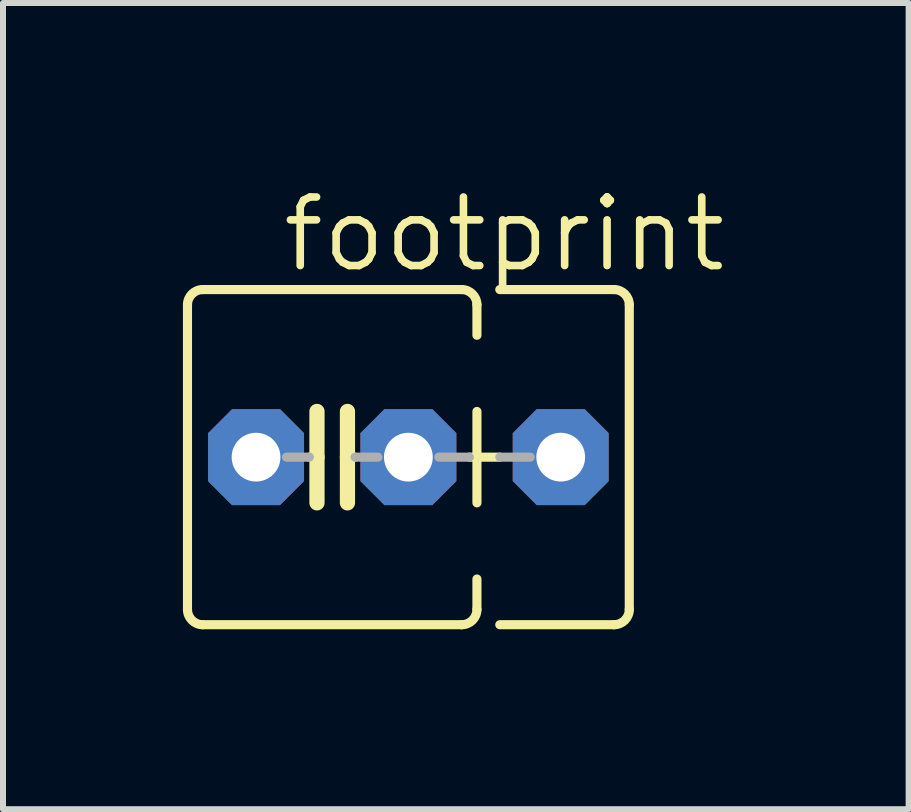
<source format=kicad_pcb>
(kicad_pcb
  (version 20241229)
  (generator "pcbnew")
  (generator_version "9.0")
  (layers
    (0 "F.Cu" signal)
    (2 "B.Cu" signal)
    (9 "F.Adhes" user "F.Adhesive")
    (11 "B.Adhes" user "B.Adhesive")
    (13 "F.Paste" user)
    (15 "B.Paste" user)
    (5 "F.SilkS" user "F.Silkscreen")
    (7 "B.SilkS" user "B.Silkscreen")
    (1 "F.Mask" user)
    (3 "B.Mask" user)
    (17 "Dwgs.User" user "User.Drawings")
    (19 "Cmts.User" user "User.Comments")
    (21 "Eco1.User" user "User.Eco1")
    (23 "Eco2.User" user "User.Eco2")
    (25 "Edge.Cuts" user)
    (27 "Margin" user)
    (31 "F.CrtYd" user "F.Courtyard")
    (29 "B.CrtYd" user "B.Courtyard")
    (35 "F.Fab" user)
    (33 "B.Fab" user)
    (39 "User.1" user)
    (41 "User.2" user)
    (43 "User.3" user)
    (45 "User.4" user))
  (footprint "footprint"
    (layer "F.Cu")
    (at 2.489 4.572)
    (property "Reference" "footprint" (at -0.889 -3.048 0) (layer "F.SilkS") (effects (font (size 1.143 1.143) (thickness 0.127)) (justify left bottom)))
    (fp_line (start -2.413 -2.54) (end -2.413 2.54) (stroke (width 0.152) (type solid)) (layer "F.SilkS"))
    (fp_line (start -2.159 -2.794) (end 2.159 -2.794) (stroke (width 0.152) (type solid)) (layer "F.SilkS"))
    (fp_line (start -0.254 -0.762) (end -0.254 0) (stroke (width 0.254) (type solid)) (layer "F.SilkS"))
    (fp_line (start -0.254 0) (end -0.381 0) (stroke (width 0.152) (type solid)) (layer "F.SilkS"))
    (fp_line (start -0.254 0) (end -0.254 0.762) (stroke (width 0.254) (type solid)) (layer "F.SilkS"))
    (fp_line (start 0.254 0) (end 0.254 -0.762) (stroke (width 0.254) (type solid)) (layer "F.SilkS"))
    (fp_line (start 0.254 0) (end 0.254 0.762) (stroke (width 0.254) (type solid)) (layer "F.SilkS"))
    (fp_line (start 0.381 0) (end 0.254 0) (stroke (width 0.152) (type solid)) (layer "F.SilkS"))
    (fp_line (start 2.159 2.794) (end -2.159 2.794) (stroke (width 0.152) (type solid)) (layer "F.SilkS"))
    (fp_line (start 2.286 0) (end 2.794 0) (stroke (width 0.152) (type solid)) (layer "F.SilkS"))
    (fp_line (start 2.413 -2.54) (end 2.413 -2.032) (stroke (width 0.152) (type solid)) (layer "F.SilkS"))
    (fp_line (start 2.413 -0.762) (end 2.413 0.762) (stroke (width 0.152) (type solid)) (layer "F.SilkS"))
    (fp_line (start 2.413 2.032) (end 2.413 2.54) (stroke (width 0.152) (type solid)) (layer "F.SilkS"))
    (fp_line (start 2.794 -2.794) (end 4.699 -2.794) (stroke (width 0.152) (type solid)) (layer "F.SilkS"))
    (fp_line (start 4.699 2.794) (end 2.794 2.794) (stroke (width 0.152) (type solid)) (layer "F.SilkS"))
    (fp_line (start 4.953 -2.54) (end 4.953 2.54) (stroke (width 0.152) (type solid)) (layer "F.SilkS"))
    (fp_arc (start -2.413 -2.54) (mid -2.338605 -2.719605) (end -2.159 -2.794) (stroke (width 0.1524) (type solid)) (layer "F.SilkS"))
    (fp_arc (start -2.159 2.794) (mid -2.338605 2.719605) (end -2.413 2.54) (stroke (width 0.1524) (type solid)) (layer "F.SilkS"))
    (fp_arc (start 2.159 -2.794) (mid 2.338605 -2.719605) (end 2.413 -2.54) (stroke (width 0.1524) (type solid)) (layer "F.SilkS"))
    (fp_arc (start 2.413 2.54) (mid 2.338605 2.719605) (end 2.159 2.794) (stroke (width 0.1524) (type solid)) (layer "F.SilkS"))
    (fp_arc (start 4.699 -2.794) (mid 4.878605 -2.719605) (end 4.953 -2.54) (stroke (width 0.1524) (type solid)) (layer "F.SilkS"))
    (fp_arc (start 4.953 2.54) (mid 4.878605 2.719605) (end 4.699 2.794) (stroke (width 0.1524) (type solid)) (layer "F.SilkS"))
    (fp_line (start -0.381 0) (end -0.762 0) (stroke (width 0.152) (type solid)) (layer "F.Fab"))
    (fp_line (start 0.381 0) (end 0.762 0) (stroke (width 0.152) (type solid)) (layer "F.Fab"))
    (fp_line (start 1.778 0) (end 2.286 0) (stroke (width 0.152) (type solid)) (layer "F.Fab"))
    (fp_line (start 2.794 0) (end 3.302 0) (stroke (width 0.152) (type solid)) (layer "F.Fab"))
    (pad "1" thru_hole roundrect (at -1.27 0) (size 1.6 1.6) (drill 0.813) (layers "*.Cu" "*.Mask") (roundrect_rratio 0.25) (chamfer_ratio 0.25) (chamfer top_left top_right bottom_left bottom_right))
    (pad "2" thru_hole roundrect (at 1.27 0) (size 1.6 1.6) (drill 0.813) (layers "*.Cu" "*.Mask") (roundrect_rratio 0.25) (chamfer_ratio 0.25) (chamfer top_left top_right bottom_left bottom_right))
    (pad "3" thru_hole roundrect (at 3.81 0) (size 1.6 1.6) (drill 0.813) (layers "*.Cu" "*.Mask") (roundrect_rratio 0.25) (chamfer_ratio 0.25) (chamfer top_left top_right bottom_left bottom_right)))
  (gr_rect
    (start -3 -3)
    (end 12.1 10.442)
    (stroke (width 0.1) (type default))
    (fill no)
    (layer "Edge.Cuts")))
</source>
